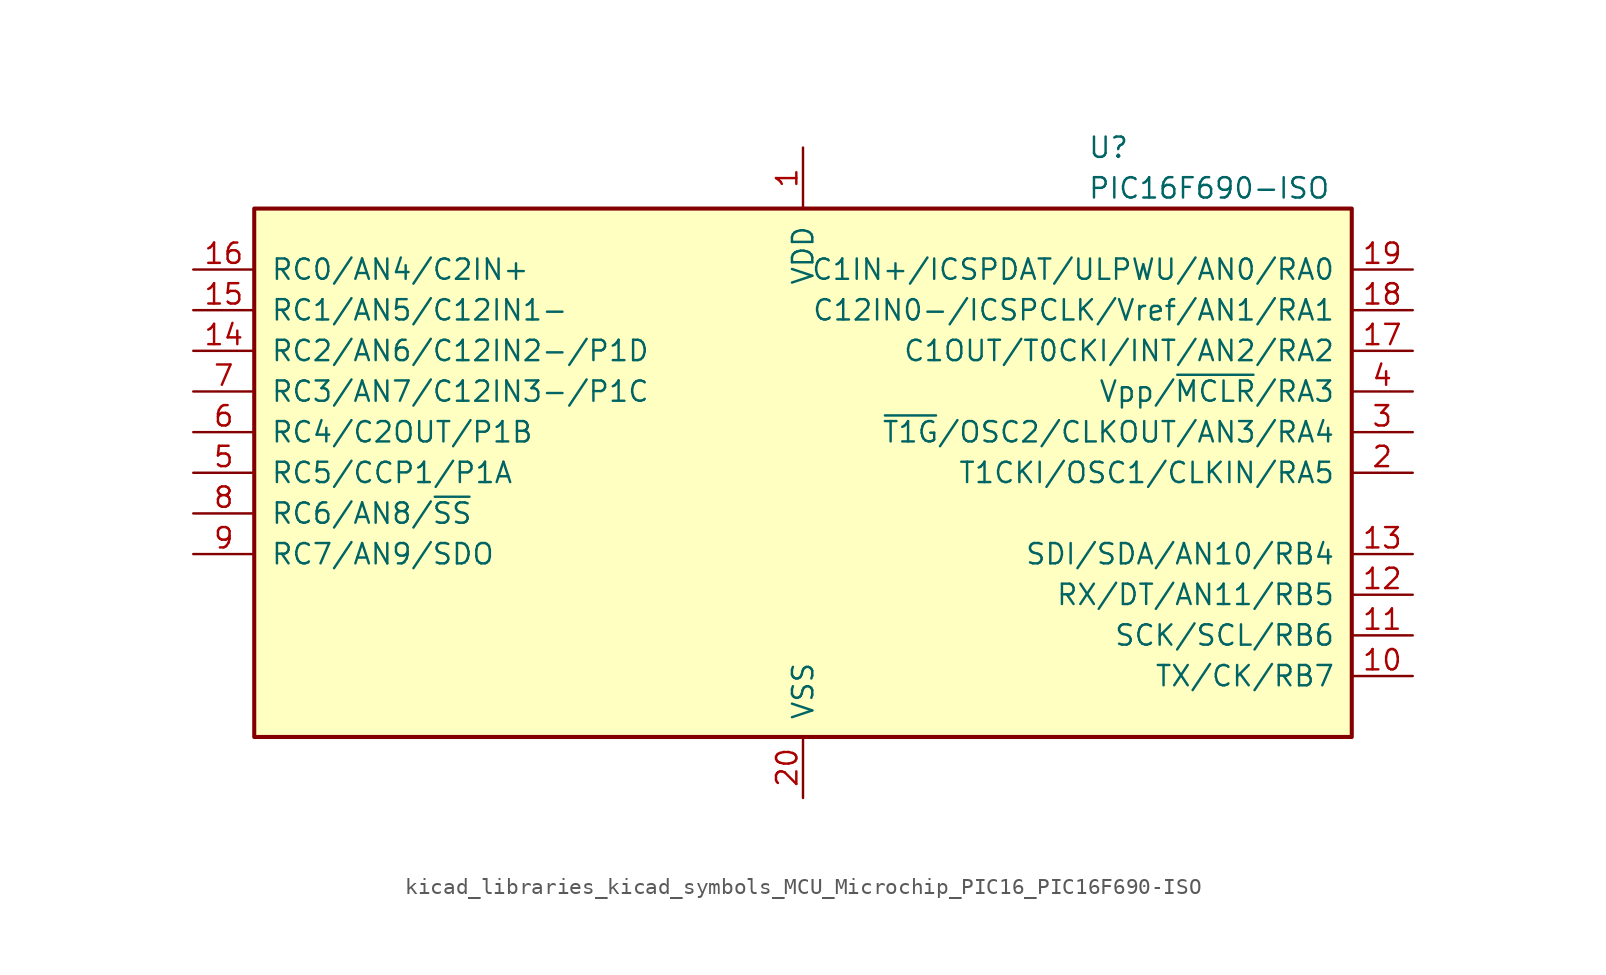
<source format=kicad_sym>
(kicad_symbol_lib
  (version 20220914)
  (generator kicad_symbol_editor)
  (symbol "kicad_libraries_kicad_symbols_MCU_Microchip_PIC16_PIC16F690-ISO"
    (pin_names
      (offset 1.016))
    (property "Reference" "U"
      (at 17.78 20.32 0)
      (effects (font (size 1.27 1.27)) (justify left)))
    (property "Value" "PIC16F690-ISO"
      (at 17.78 17.78 0)
      (effects (font (size 1.27 1.27)) (justify left)))
    (symbol "kicad_libraries_kicad_symbols_MCU_Microchip_PIC16_PIC16F690-ISO_0_1"
      (rectangle (start -34.29 16.51) (end 34.29 -16.51) (stroke (width 0.254) (type default)) (fill (type background))))
    (symbol "kicad_libraries_kicad_symbols_MCU_Microchip_PIC16_PIC16F690-ISO_1_1"
      (pin power_in line (at 0 20.32 270) (length 3.81) (name "VDD" (effects (font (size 1.27 1.27)))) (number "1" (effects (font (size 1.27 1.27)))))
      (pin bidirectional line (at 38.1 -12.7 180) (length 3.81) (name "TX/CK/RB7" (effects (font (size 1.27 1.27)))) (number "10" (effects (font (size 1.27 1.27)))))
      (pin bidirectional line (at 38.1 -10.16 180) (length 3.81) (name "SCK/SCL/RB6" (effects (font (size 1.27 1.27)))) (number "11" (effects (font (size 1.27 1.27)))))
      (pin bidirectional line (at 38.1 -7.62 180) (length 3.81) (name "RX/DT/AN11/RB5" (effects (font (size 1.27 1.27)))) (number "12" (effects (font (size 1.27 1.27)))))
      (pin bidirectional line (at 38.1 -5.08 180) (length 3.81) (name "SDI/SDA/AN10/RB4" (effects (font (size 1.27 1.27)))) (number "13" (effects (font (size 1.27 1.27)))))
      (pin bidirectional line (at -38.1 7.62 0) (length 3.81) (name "RC2/AN6/C12IN2-/P1D" (effects (font (size 1.27 1.27)))) (number "14" (effects (font (size 1.27 1.27)))))
      (pin bidirectional line (at -38.1 10.16 0) (length 3.81) (name "RC1/AN5/C12IN1-" (effects (font (size 1.27 1.27)))) (number "15" (effects (font (size 1.27 1.27)))))
      (pin bidirectional line (at -38.1 12.7 0) (length 3.81) (name "RC0/AN4/C2IN+" (effects (font (size 1.27 1.27)))) (number "16" (effects (font (size 1.27 1.27)))))
      (pin bidirectional line (at 38.1 7.62 180) (length 3.81) (name "C1OUT/T0CKI/INT/AN2/RA2" (effects (font (size 1.27 1.27)))) (number "17" (effects (font (size 1.27 1.27)))))
      (pin bidirectional line (at 38.1 10.16 180) (length 3.81) (name "C12IN0-/ICSPCLK/Vref/AN1/RA1" (effects (font (size 1.27 1.27)))) (number "18" (effects (font (size 1.27 1.27)))))
      (pin bidirectional line (at 38.1 12.7 180) (length 3.81) (name "C1IN+/ICSPDAT/ULPWU/AN0/RA0" (effects (font (size 1.27 1.27)))) (number "19" (effects (font (size 1.27 1.27)))))
      (pin bidirectional line (at 38.1 0 180) (length 3.81) (name "T1CKI/OSC1/CLKIN/RA5" (effects (font (size 1.27 1.27)))) (number "2" (effects (font (size 1.27 1.27)))))
      (pin power_in line (at 0 -20.32 90) (length 3.81) (name "VSS" (effects (font (size 1.27 1.27)))) (number "20" (effects (font (size 1.27 1.27)))))
      (pin bidirectional line (at 38.1 2.54 180) (length 3.81) (name "~{T1G}/OSC2/CLKOUT/AN3/RA4" (effects (font (size 1.27 1.27)))) (number "3" (effects (font (size 1.27 1.27)))))
      (pin input line (at 38.1 5.08 180) (length 3.81) (name "Vpp/~{MCLR}/RA3" (effects (font (size 1.27 1.27)))) (number "4" (effects (font (size 1.27 1.27)))))
      (pin bidirectional line (at -38.1 0 0) (length 3.81) (name "RC5/CCP1/P1A" (effects (font (size 1.27 1.27)))) (number "5" (effects (font (size 1.27 1.27)))))
      (pin bidirectional line (at -38.1 2.54 0) (length 3.81) (name "RC4/C2OUT/P1B" (effects (font (size 1.27 1.27)))) (number "6" (effects (font (size 1.27 1.27)))))
      (pin bidirectional line (at -38.1 5.08 0) (length 3.81) (name "RC3/AN7/C12IN3-/P1C" (effects (font (size 1.27 1.27)))) (number "7" (effects (font (size 1.27 1.27)))))
      (pin bidirectional line (at -38.1 -2.54 0) (length 3.81) (name "RC6/AN8/~{SS}" (effects (font (size 1.27 1.27)))) (number "8" (effects (font (size 1.27 1.27)))))
      (pin bidirectional line (at -38.1 -5.08 0) (length 3.81) (name "RC7/AN9/SDO" (effects (font (size 1.27 1.27)))) (number "9" (effects (font (size 1.27 1.27))))))))
</source>
